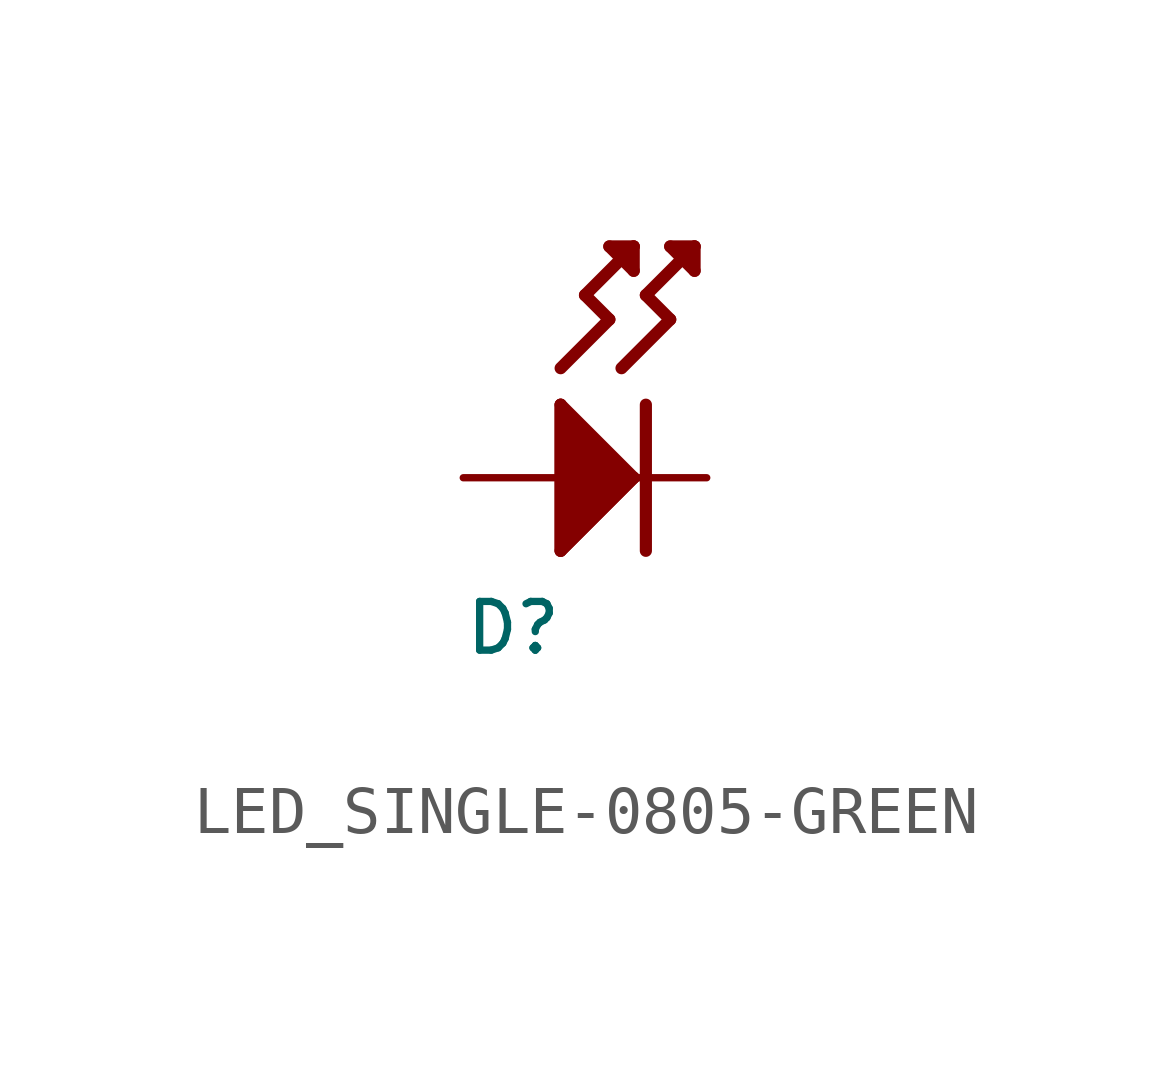
<source format=kicad_sym>
(kicad_symbol_lib
  (version 20241209)
  (generator "kicad_symbol_editor")
  (generator_version "9.0")
  (symbol "LED_SINGLE-0805-GREEN"
    (property "Reference" "D"
      (at -2.54 -2.54 0)
      (effects (font (size 1.016 1.016)) (justify left top)))
    (property "Value" ""
      (at -2.54 -5.08 0)
      (effects (font (size 1.016 1.016)) (justify left bottom)))
    (property "ki_locked" ""
      (at 0 0 0)
      (effects (font (size 1.27 1.27))))
    (symbol "LED_SINGLE-0805-GREEN_1_0"
      (polyline (pts (xy -0.508 2.286) (xy 0.508 3.302)) (stroke (width 0.254) (type solid)) (fill (type none)))
      (polyline (pts (xy -0.508 1.524) (xy 1.016 0)) (stroke (width 0.254) (type solid)) (fill (type none)))
      (polyline (pts (xy -0.508 1.524) (xy -0.508 -1.524) (xy 1.016 0)) (stroke (width 0.254) (type solid)) (fill (type outline)))
      (polyline (pts (xy -0.508 -1.524) (xy -0.508 1.524)) (stroke (width 0.254) (type solid)) (fill (type none)))
      (polyline (pts (xy 0 3.81) (xy 1.016 4.826)) (stroke (width 0.254) (type solid)) (fill (type none)))
      (polyline (pts (xy 0.508 4.826) (xy 1.016 4.318)) (stroke (width 0.254) (type solid)) (fill (type none)))
      (polyline (pts (xy 0.508 3.302) (xy 0 3.81)) (stroke (width 0.254) (type solid)) (fill (type none)))
      (polyline (pts (xy 0.762 2.286) (xy 1.778 3.302)) (stroke (width 0.254) (type solid)) (fill (type none)))
      (polyline (pts (xy 1.016 4.826) (xy 0.508 4.826)) (stroke (width 0.254) (type solid)) (fill (type none)))
      (polyline (pts (xy 1.016 4.318) (xy 1.016 4.826)) (stroke (width 0.254) (type solid)) (fill (type none)))
      (polyline (pts (xy 1.016 0) (xy -0.508 -1.524)) (stroke (width 0.254) (type solid)) (fill (type none)))
      (polyline (pts (xy 1.27 3.81) (xy 2.286 4.826)) (stroke (width 0.254) (type solid)) (fill (type none)))
      (polyline (pts (xy 1.27 1.524) (xy 1.27 -1.524)) (stroke (width 0.254) (type solid)) (fill (type none)))
      (polyline (pts (xy 1.778 4.826) (xy 2.286 4.318)) (stroke (width 0.254) (type solid)) (fill (type none)))
      (polyline (pts (xy 1.778 3.302) (xy 1.27 3.81)) (stroke (width 0.254) (type solid)) (fill (type none)))
      (polyline (pts (xy 2.286 4.826) (xy 1.778 4.826)) (stroke (width 0.254) (type solid)) (fill (type none)))
      (polyline (pts (xy 2.286 4.318) (xy 2.286 4.826)) (stroke (width 0.254) (type solid)) (fill (type none)))
      (pin power_in line (at -2.54 0 0) (length 2.54) (name "ANODE" (effects (font (size 0 0)))) (number "ANODE" (effects (font (size 0 0)))))
      (pin power_in line (at 2.54 0 180) (length 2.54) (name "CATHODE" (effects (font (size 0 0)))) (number "CATHODE" (effects (font (size 0 0))))))))
</source>
